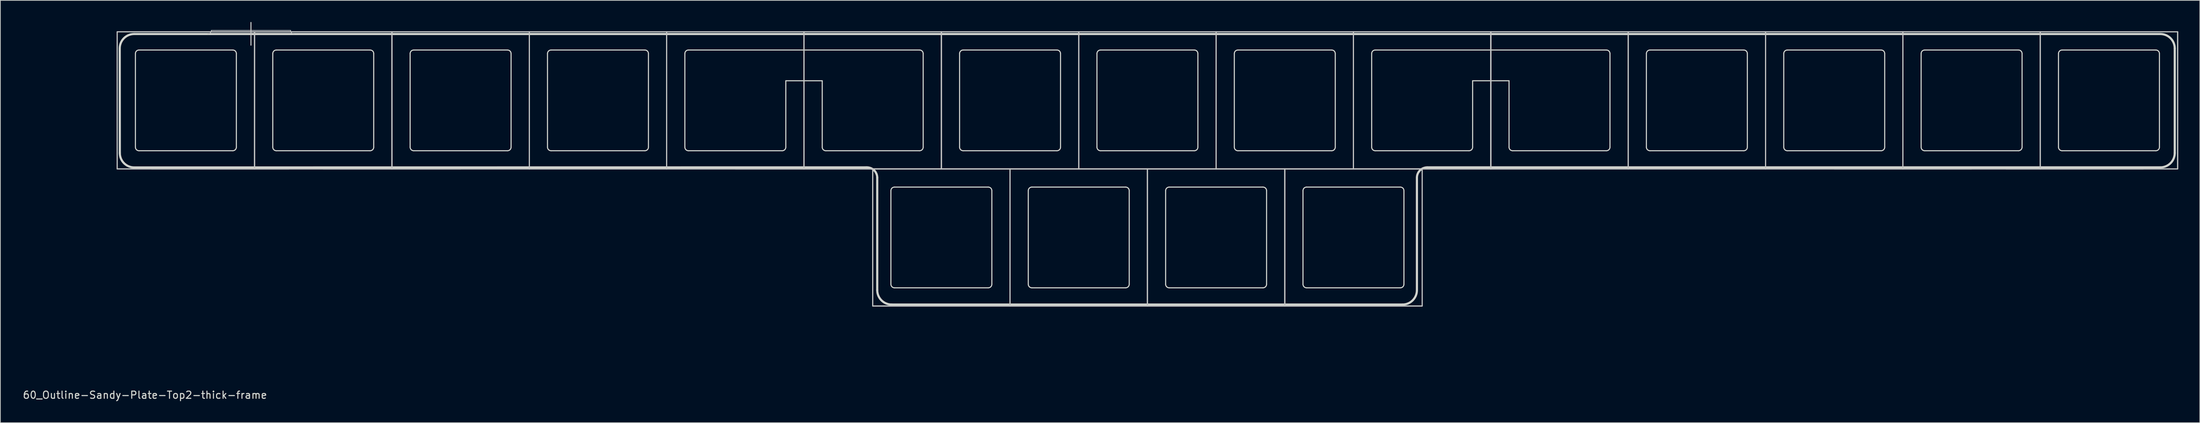
<source format=kicad_pcb>
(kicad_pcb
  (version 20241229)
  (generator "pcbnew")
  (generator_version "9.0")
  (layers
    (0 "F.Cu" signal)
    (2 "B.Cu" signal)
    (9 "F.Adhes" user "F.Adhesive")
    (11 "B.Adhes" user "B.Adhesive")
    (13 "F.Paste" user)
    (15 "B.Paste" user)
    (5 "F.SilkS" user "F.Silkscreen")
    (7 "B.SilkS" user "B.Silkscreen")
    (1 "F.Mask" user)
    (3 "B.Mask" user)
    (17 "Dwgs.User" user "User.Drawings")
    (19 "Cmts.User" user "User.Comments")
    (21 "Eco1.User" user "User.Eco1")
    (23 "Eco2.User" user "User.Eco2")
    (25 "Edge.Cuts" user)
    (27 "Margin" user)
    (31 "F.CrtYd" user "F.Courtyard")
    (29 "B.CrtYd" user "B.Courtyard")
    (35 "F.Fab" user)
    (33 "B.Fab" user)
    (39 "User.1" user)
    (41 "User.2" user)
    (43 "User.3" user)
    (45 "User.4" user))
  (footprint "60_Outline-Sandy-Plate-Top2-thick-frame"
    (layer "F.Cu")
    (at 156.079 20.425)
    (property "Reference" "60_Outline-Sandy-Plate-Top2-thick-frame" (at -139.025 31.425 0) (layer "Edge.Cuts") (effects (font (size 1 1) (thickness 0.15))))
    (attr through_hole)
    (fp_line (start -142.875 -19.05) (end -123.825 -19.05) (stroke (width 0.15) (type solid)) (layer "Dwgs.User"))
    (fp_line (start -142.875 -19.05) (end -123.825 -19.05) (stroke (width 0.15) (type solid)) (layer "Dwgs.User"))
    (fp_line (start -142.875 0) (end -142.875 -19.05) (stroke (width 0.15) (type solid)) (layer "Dwgs.User"))
    (fp_line (start -142.875 0) (end -142.875 -19.05) (stroke (width 0.15) (type solid)) (layer "Dwgs.User"))
    (fp_line (start -138.113 0) (end -119.062 0) (stroke (width 0.15) (type solid)) (layer "Dwgs.User"))
    (fp_line (start -129.825 -19.25) (end -118.825 -19.25) (stroke (width 0.1) (type solid)) (layer "Dwgs.User"))
    (fp_line (start -124.325 -20.35) (end -124.325 -17.2) (stroke (width 0.15) (type solid)) (layer "Dwgs.User"))
    (fp_line (start -123.825 -19.05) (end -123.825 0) (stroke (width 0.15) (type solid)) (layer "Dwgs.User"))
    (fp_line (start -123.825 -19.05) (end -123.825 0) (stroke (width 0.15) (type solid)) (layer "Dwgs.User"))
    (fp_line (start -123.825 -19.05) (end -104.775 -19.05) (stroke (width 0.15) (type solid)) (layer "Dwgs.User"))
    (fp_line (start -123.825 -19.05) (end -104.775 -19.05) (stroke (width 0.15) (type solid)) (layer "Dwgs.User"))
    (fp_line (start -123.825 0) (end -142.875 0) (stroke (width 0.15) (type solid)) (layer "Dwgs.User"))
    (fp_line (start -123.825 0) (end -142.875 0) (stroke (width 0.15) (type solid)) (layer "Dwgs.User"))
    (fp_line (start -123.825 0) (end -123.825 -19.05) (stroke (width 0.15) (type solid)) (layer "Dwgs.User"))
    (fp_line (start -123.825 0) (end -123.825 -19.05) (stroke (width 0.15) (type solid)) (layer "Dwgs.User"))
    (fp_line (start -114.3 0) (end -95.25 0) (stroke (width 0.15) (type solid)) (layer "Dwgs.User"))
    (fp_line (start -104.775 -19.05) (end -104.775 0) (stroke (width 0.15) (type solid)) (layer "Dwgs.User"))
    (fp_line (start -104.775 -19.05) (end -104.775 0) (stroke (width 0.15) (type solid)) (layer "Dwgs.User"))
    (fp_line (start -104.775 -19.05) (end -85.725 -19.05) (stroke (width 0.15) (type solid)) (layer "Dwgs.User"))
    (fp_line (start -104.775 -19.05) (end -85.725 -19.05) (stroke (width 0.15) (type solid)) (layer "Dwgs.User"))
    (fp_line (start -104.775 0) (end -123.825 0) (stroke (width 0.15) (type solid)) (layer "Dwgs.User"))
    (fp_line (start -104.775 0) (end -123.825 0) (stroke (width 0.15) (type solid)) (layer "Dwgs.User"))
    (fp_line (start -104.775 0) (end -104.775 -19.05) (stroke (width 0.15) (type solid)) (layer "Dwgs.User"))
    (fp_line (start -104.775 0) (end -104.775 -19.05) (stroke (width 0.15) (type solid)) (layer "Dwgs.User"))
    (fp_line (start -85.725 -19.05) (end -85.725 0) (stroke (width 0.15) (type solid)) (layer "Dwgs.User"))
    (fp_line (start -85.725 -19.05) (end -85.725 0) (stroke (width 0.15) (type solid)) (layer "Dwgs.User"))
    (fp_line (start -85.725 -19.05) (end -66.675 -19.05) (stroke (width 0.15) (type solid)) (layer "Dwgs.User"))
    (fp_line (start -85.725 -19.05) (end -66.675 -19.05) (stroke (width 0.15) (type solid)) (layer "Dwgs.User"))
    (fp_line (start -85.725 0) (end -104.775 0) (stroke (width 0.15) (type solid)) (layer "Dwgs.User"))
    (fp_line (start -85.725 0) (end -104.775 0) (stroke (width 0.15) (type solid)) (layer "Dwgs.User"))
    (fp_line (start -85.725 0) (end -85.725 -19.05) (stroke (width 0.15) (type solid)) (layer "Dwgs.User"))
    (fp_line (start -85.725 0) (end -85.725 -19.05) (stroke (width 0.15) (type solid)) (layer "Dwgs.User"))
    (fp_line (start -66.675 -19.05) (end -66.675 0) (stroke (width 0.15) (type solid)) (layer "Dwgs.User"))
    (fp_line (start -66.675 -19.05) (end -66.675 0) (stroke (width 0.15) (type solid)) (layer "Dwgs.User"))
    (fp_line (start -66.675 -19.05) (end -47.625 -19.05) (stroke (width 0.15) (type solid)) (layer "Dwgs.User"))
    (fp_line (start -66.675 -19.05) (end -47.625 -19.05) (stroke (width 0.15) (type solid)) (layer "Dwgs.User"))
    (fp_line (start -66.675 0) (end -85.725 0) (stroke (width 0.15) (type solid)) (layer "Dwgs.User"))
    (fp_line (start -66.675 0) (end -85.725 0) (stroke (width 0.15) (type solid)) (layer "Dwgs.User"))
    (fp_line (start -66.675 0) (end -66.675 -19.05) (stroke (width 0.15) (type solid)) (layer "Dwgs.User"))
    (fp_line (start -66.675 0) (end -66.675 -19.05) (stroke (width 0.15) (type solid)) (layer "Dwgs.User"))
    (fp_line (start -57.15 0) (end -38.1 0) (stroke (width 0.15) (type solid)) (layer "Dwgs.User"))
    (fp_line (start -47.625 -19.05) (end -47.625 0) (stroke (width 0.15) (type solid)) (layer "Dwgs.User"))
    (fp_line (start -47.625 -19.05) (end -47.625 0) (stroke (width 0.15) (type solid)) (layer "Dwgs.User"))
    (fp_line (start -47.625 -19.05) (end -28.575 -19.05) (stroke (width 0.15) (type solid)) (layer "Dwgs.User"))
    (fp_line (start -47.625 -19.05) (end -28.575 -19.05) (stroke (width 0.15) (type solid)) (layer "Dwgs.User"))
    (fp_line (start -47.625 0) (end -66.675 0) (stroke (width 0.15) (type solid)) (layer "Dwgs.User"))
    (fp_line (start -47.625 0) (end -66.675 0) (stroke (width 0.15) (type solid)) (layer "Dwgs.User"))
    (fp_line (start -47.625 0) (end -47.625 -19.05) (stroke (width 0.15) (type solid)) (layer "Dwgs.User"))
    (fp_line (start -47.625 0) (end -47.625 -19.05) (stroke (width 0.15) (type solid)) (layer "Dwgs.User"))
    (fp_line (start -38.1 0) (end -38.1 19.05) (stroke (width 0.15) (type solid)) (layer "Dwgs.User"))
    (fp_line (start -38.1 0) (end -19.05 0) (stroke (width 0.15) (type solid)) (layer "Dwgs.User"))
    (fp_line (start -38.1 0) (end -19.05 0) (stroke (width 0.15) (type solid)) (layer "Dwgs.User"))
    (fp_line (start -38.1 19.05) (end -38.1 0) (stroke (width 0.15) (type solid)) (layer "Dwgs.User"))
    (fp_line (start -38.1 19.05) (end -38.1 0) (stroke (width 0.15) (type solid)) (layer "Dwgs.User"))
    (fp_line (start -38.1 19.05) (end -19.05 19.05) (stroke (width 0.15) (type solid)) (layer "Dwgs.User"))
    (fp_line (start -28.575 -19.05) (end -28.575 0) (stroke (width 0.15) (type solid)) (layer "Dwgs.User"))
    (fp_line (start -28.575 -19.05) (end -28.575 0) (stroke (width 0.15) (type solid)) (layer "Dwgs.User"))
    (fp_line (start -28.575 -19.05) (end -9.525 -19.05) (stroke (width 0.15) (type solid)) (layer "Dwgs.User"))
    (fp_line (start -28.575 -19.05) (end -9.525 -19.05) (stroke (width 0.15) (type solid)) (layer "Dwgs.User"))
    (fp_line (start -28.575 0) (end -47.625 0) (stroke (width 0.15) (type solid)) (layer "Dwgs.User"))
    (fp_line (start -28.575 0) (end -47.625 0) (stroke (width 0.15) (type solid)) (layer "Dwgs.User"))
    (fp_line (start -28.575 0) (end -28.575 -19.05) (stroke (width 0.15) (type solid)) (layer "Dwgs.User"))
    (fp_line (start -28.575 0) (end -28.575 -19.05) (stroke (width 0.15) (type solid)) (layer "Dwgs.User"))
    (fp_line (start -19.05 0) (end -19.05 19.05) (stroke (width 0.15) (type solid)) (layer "Dwgs.User"))
    (fp_line (start -19.05 0) (end -19.05 19.05) (stroke (width 0.15) (type solid)) (layer "Dwgs.User"))
    (fp_line (start -19.05 0) (end 0 0) (stroke (width 0.15) (type solid)) (layer "Dwgs.User"))
    (fp_line (start -19.05 0) (end 0 0) (stroke (width 0.15) (type solid)) (layer "Dwgs.User"))
    (fp_line (start -19.05 19.05) (end -38.1 19.05) (stroke (width 0.15) (type solid)) (layer "Dwgs.User"))
    (fp_line (start -19.05 19.05) (end -38.1 19.05) (stroke (width 0.15) (type solid)) (layer "Dwgs.User"))
    (fp_line (start -19.05 19.05) (end -19.05 0) (stroke (width 0.15) (type solid)) (layer "Dwgs.User"))
    (fp_line (start -19.05 19.05) (end -19.05 0) (stroke (width 0.15) (type solid)) (layer "Dwgs.User"))
    (fp_line (start -19.05 19.05) (end 0 19.05) (stroke (width 0.15) (type solid)) (layer "Dwgs.User"))
    (fp_line (start -9.525 -19.05) (end -9.525 0) (stroke (width 0.15) (type solid)) (layer "Dwgs.User"))
    (fp_line (start -9.525 -19.05) (end -9.525 0) (stroke (width 0.15) (type solid)) (layer "Dwgs.User"))
    (fp_line (start -9.525 -19.05) (end 9.525 -19.05) (stroke (width 0.15) (type solid)) (layer "Dwgs.User"))
    (fp_line (start -9.525 -19.05) (end 9.525 -19.05) (stroke (width 0.15) (type solid)) (layer "Dwgs.User"))
    (fp_line (start -9.525 0) (end -28.575 0) (stroke (width 0.15) (type solid)) (layer "Dwgs.User"))
    (fp_line (start -9.525 0) (end -28.575 0) (stroke (width 0.15) (type solid)) (layer "Dwgs.User"))
    (fp_line (start -9.525 0) (end -9.525 -19.05) (stroke (width 0.15) (type solid)) (layer "Dwgs.User"))
    (fp_line (start -9.525 0) (end -9.525 -19.05) (stroke (width 0.15) (type solid)) (layer "Dwgs.User"))
    (fp_line (start 0 0) (end 0 19.05) (stroke (width 0.15) (type solid)) (layer "Dwgs.User"))
    (fp_line (start 0 0) (end 0 19.05) (stroke (width 0.15) (type solid)) (layer "Dwgs.User"))
    (fp_line (start 0 0) (end 19.05 0) (stroke (width 0.15) (type solid)) (layer "Dwgs.User"))
    (fp_line (start 0 0) (end 19.05 0) (stroke (width 0.15) (type solid)) (layer "Dwgs.User"))
    (fp_line (start 0 19.05) (end -19.05 19.05) (stroke (width 0.15) (type solid)) (layer "Dwgs.User"))
    (fp_line (start 0 19.05) (end -19.05 19.05) (stroke (width 0.15) (type solid)) (layer "Dwgs.User"))
    (fp_line (start 0 19.05) (end 0 0) (stroke (width 0.15) (type solid)) (layer "Dwgs.User"))
    (fp_line (start 0 19.05) (end 0 0) (stroke (width 0.15) (type solid)) (layer "Dwgs.User"))
    (fp_line (start 0 19.05) (end 19.05 19.05) (stroke (width 0.15) (type solid)) (layer "Dwgs.User"))
    (fp_line (start 9.525 -19.05) (end 9.525 0) (stroke (width 0.15) (type solid)) (layer "Dwgs.User"))
    (fp_line (start 9.525 -19.05) (end 9.525 0) (stroke (width 0.15) (type solid)) (layer "Dwgs.User"))
    (fp_line (start 9.525 -19.05) (end 28.575 -19.05) (stroke (width 0.15) (type solid)) (layer "Dwgs.User"))
    (fp_line (start 9.525 -19.05) (end 28.575 -19.05) (stroke (width 0.15) (type solid)) (layer "Dwgs.User"))
    (fp_line (start 9.525 0) (end -9.525 0) (stroke (width 0.15) (type solid)) (layer "Dwgs.User"))
    (fp_line (start 9.525 0) (end -9.525 0) (stroke (width 0.15) (type solid)) (layer "Dwgs.User"))
    (fp_line (start 9.525 0) (end 9.525 -19.05) (stroke (width 0.15) (type solid)) (layer "Dwgs.User"))
    (fp_line (start 9.525 0) (end 9.525 -19.05) (stroke (width 0.15) (type solid)) (layer "Dwgs.User"))
    (fp_line (start 19.05 0) (end 19.05 19.05) (stroke (width 0.15) (type solid)) (layer "Dwgs.User"))
    (fp_line (start 19.05 0) (end 19.05 19.05) (stroke (width 0.15) (type solid)) (layer "Dwgs.User"))
    (fp_line (start 19.05 0) (end 38.1 0) (stroke (width 0.15) (type solid)) (layer "Dwgs.User"))
    (fp_line (start 19.05 0) (end 38.1 0) (stroke (width 0.15) (type solid)) (layer "Dwgs.User"))
    (fp_line (start 19.05 19.05) (end 0 19.05) (stroke (width 0.15) (type solid)) (layer "Dwgs.User"))
    (fp_line (start 19.05 19.05) (end 0 19.05) (stroke (width 0.15) (type solid)) (layer "Dwgs.User"))
    (fp_line (start 19.05 19.05) (end 19.05 0) (stroke (width 0.15) (type solid)) (layer "Dwgs.User"))
    (fp_line (start 19.05 19.05) (end 19.05 0) (stroke (width 0.15) (type solid)) (layer "Dwgs.User"))
    (fp_line (start 19.05 19.05) (end 38.1 19.05) (stroke (width 0.15) (type solid)) (layer "Dwgs.User"))
    (fp_line (start 28.575 -19.05) (end 28.575 0) (stroke (width 0.15) (type solid)) (layer "Dwgs.User"))
    (fp_line (start 28.575 -19.05) (end 28.575 0) (stroke (width 0.15) (type solid)) (layer "Dwgs.User"))
    (fp_line (start 28.575 -19.05) (end 47.625 -19.05) (stroke (width 0.15) (type solid)) (layer "Dwgs.User"))
    (fp_line (start 28.575 -19.05) (end 47.625 -19.05) (stroke (width 0.15) (type solid)) (layer "Dwgs.User"))
    (fp_line (start 28.575 0) (end 9.525 0) (stroke (width 0.15) (type solid)) (layer "Dwgs.User"))
    (fp_line (start 28.575 0) (end 9.525 0) (stroke (width 0.15) (type solid)) (layer "Dwgs.User"))
    (fp_line (start 28.575 0) (end 28.575 -19.05) (stroke (width 0.15) (type solid)) (layer "Dwgs.User"))
    (fp_line (start 28.575 0) (end 28.575 -19.05) (stroke (width 0.15) (type solid)) (layer "Dwgs.User"))
    (fp_line (start 38.1 0) (end 38.1 19.05) (stroke (width 0.15) (type solid)) (layer "Dwgs.User"))
    (fp_line (start 38.1 0) (end 38.1 19.05) (stroke (width 0.15) (type solid)) (layer "Dwgs.User"))
    (fp_line (start 38.1 0) (end 57.15 0) (stroke (width 0.15) (type solid)) (layer "Dwgs.User"))
    (fp_line (start 38.1 19.05) (end 19.05 19.05) (stroke (width 0.15) (type solid)) (layer "Dwgs.User"))
    (fp_line (start 38.1 19.05) (end 19.05 19.05) (stroke (width 0.15) (type solid)) (layer "Dwgs.User"))
    (fp_line (start 47.625 -19.05) (end 47.625 0) (stroke (width 0.15) (type solid)) (layer "Dwgs.User"))
    (fp_line (start 47.625 -19.05) (end 47.625 0) (stroke (width 0.15) (type solid)) (layer "Dwgs.User"))
    (fp_line (start 47.625 -19.05) (end 47.625 0) (stroke (width 0.15) (type solid)) (layer "Dwgs.User"))
    (fp_line (start 47.625 -19.05) (end 66.675 -19.05) (stroke (width 0.15) (type solid)) (layer "Dwgs.User"))
    (fp_line (start 47.625 -19.05) (end 66.675 -19.05) (stroke (width 0.15) (type solid)) (layer "Dwgs.User"))
    (fp_line (start 47.625 0) (end 28.575 0) (stroke (width 0.15) (type solid)) (layer "Dwgs.User"))
    (fp_line (start 47.625 0) (end 28.575 0) (stroke (width 0.15) (type solid)) (layer "Dwgs.User"))
    (fp_line (start 47.625 0) (end 47.625 -19.05) (stroke (width 0.15) (type solid)) (layer "Dwgs.User"))
    (fp_line (start 47.625 0) (end 47.625 -19.05) (stroke (width 0.15) (type solid)) (layer "Dwgs.User"))
    (fp_line (start 47.625 0) (end 47.625 -19.05) (stroke (width 0.15) (type solid)) (layer "Dwgs.User"))
    (fp_line (start 66.675 -19.05) (end 66.675 0) (stroke (width 0.15) (type solid)) (layer "Dwgs.User"))
    (fp_line (start 66.675 -19.05) (end 66.675 0) (stroke (width 0.15) (type solid)) (layer "Dwgs.User"))
    (fp_line (start 66.675 -19.05) (end 85.725 -19.05) (stroke (width 0.15) (type solid)) (layer "Dwgs.User"))
    (fp_line (start 66.675 -19.05) (end 85.725 -19.05) (stroke (width 0.15) (type solid)) (layer "Dwgs.User"))
    (fp_line (start 66.675 0) (end 47.625 0) (stroke (width 0.15) (type solid)) (layer "Dwgs.User"))
    (fp_line (start 66.675 0) (end 47.625 0) (stroke (width 0.15) (type solid)) (layer "Dwgs.User"))
    (fp_line (start 66.675 0) (end 66.675 -19.05) (stroke (width 0.15) (type solid)) (layer "Dwgs.User"))
    (fp_line (start 85.725 -19.05) (end 85.725 0) (stroke (width 0.15) (type solid)) (layer "Dwgs.User"))
    (fp_line (start 85.725 -19.05) (end 104.775 -19.05) (stroke (width 0.15) (type solid)) (layer "Dwgs.User"))
    (fp_line (start 85.725 -19.05) (end 104.775 -19.05) (stroke (width 0.15) (type solid)) (layer "Dwgs.User"))
    (fp_line (start 85.725 0) (end 66.675 0) (stroke (width 0.15) (type solid)) (layer "Dwgs.User"))
    (fp_line (start 85.725 0) (end 66.675 0) (stroke (width 0.15) (type solid)) (layer "Dwgs.User"))
    (fp_line (start 85.725 0) (end 85.725 -19.05) (stroke (width 0.15) (type solid)) (layer "Dwgs.User"))
    (fp_line (start 85.725 0) (end 85.725 -19.05) (stroke (width 0.15) (type solid)) (layer "Dwgs.User"))
    (fp_line (start 95.25 0) (end 114.3 0) (stroke (width 0.15) (type solid)) (layer "Dwgs.User"))
    (fp_line (start 104.775 -19.05) (end 104.775 0) (stroke (width 0.15) (type solid)) (layer "Dwgs.User"))
    (fp_line (start 104.775 -19.05) (end 104.775 0) (stroke (width 0.15) (type solid)) (layer "Dwgs.User"))
    (fp_line (start 104.775 -19.05) (end 123.825 -19.05) (stroke (width 0.15) (type solid)) (layer "Dwgs.User"))
    (fp_line (start 104.775 -19.05) (end 123.825 -19.05) (stroke (width 0.15) (type solid)) (layer "Dwgs.User"))
    (fp_line (start 104.775 0) (end 85.725 0) (stroke (width 0.15) (type solid)) (layer "Dwgs.User"))
    (fp_line (start 104.775 0) (end 85.725 0) (stroke (width 0.15) (type solid)) (layer "Dwgs.User"))
    (fp_line (start 104.775 0) (end 104.775 -19.05) (stroke (width 0.15) (type solid)) (layer "Dwgs.User"))
    (fp_line (start 119.062 0) (end 138.113 0) (stroke (width 0.15) (type solid)) (layer "Dwgs.User"))
    (fp_line (start 123.825 -19.05) (end 123.825 0) (stroke (width 0.15) (type solid)) (layer "Dwgs.User"))
    (fp_line (start 123.825 -19.05) (end 123.825 0) (stroke (width 0.15) (type solid)) (layer "Dwgs.User"))
    (fp_line (start 123.825 -19.05) (end 142.875 -19.05) (stroke (width 0.15) (type solid)) (layer "Dwgs.User"))
    (fp_line (start 123.825 -19.05) (end 142.875 -19.05) (stroke (width 0.15) (type solid)) (layer "Dwgs.User"))
    (fp_line (start 123.825 0) (end 104.775 0) (stroke (width 0.15) (type solid)) (layer "Dwgs.User"))
    (fp_line (start 123.825 0) (end 104.775 0) (stroke (width 0.15) (type solid)) (layer "Dwgs.User"))
    (fp_line (start 123.825 0) (end 123.825 -19.05) (stroke (width 0.15) (type solid)) (layer "Dwgs.User"))
    (fp_line (start 142.875 -19.05) (end 142.875 0) (stroke (width 0.15) (type solid)) (layer "Dwgs.User"))
    (fp_line (start 142.875 -19.05) (end 142.875 0) (stroke (width 0.15) (type solid)) (layer "Dwgs.User"))
    (fp_line (start 142.875 -19.05) (end 142.875 0) (stroke (width 0.15) (type solid)) (layer "Dwgs.User"))
    (fp_line (start 142.875 0) (end 123.825 0) (stroke (width 0.15) (type solid)) (layer "Dwgs.User"))
    (fp_line (start 142.875 0) (end 123.825 0) (stroke (width 0.15) (type solid)) (layer "Dwgs.User"))
    (fp_arc (start -129.825 -19.25004) (mid -129.971447 -18.896487) (end -130.325 -18.75004) (stroke (width 0.1) (type solid)) (layer "Dwgs.User"))
    (fp_arc (start -118.325 -18.75004) (mid -118.678553 -18.896487) (end -118.825 -19.25004) (stroke (width 0.1) (type solid)) (layer "Dwgs.User"))
    (fp_circle (center -47.625 -14.5) (end -45.425 -14.5) (stroke (width 0.15) (type solid)) (fill no) (layer "Eco1.User"))
    (fp_circle (center 47.625 -14.5) (end 49.825 -14.5) (stroke (width 0.15) (type solid)) (fill no) (layer "Eco1.User"))
    (fp_circle (center 47.625 -14.5) (end 49.825 -14.5) (stroke (width 0.15) (type solid)) (fill no) (layer "Eco1.User"))
    (fp_line (start -142.511 -2.203) (end -142.525 -16.75) (stroke (width 0.3) (type solid)) (layer "Edge.Cuts"))
    (fp_line (start -140.511 -0.203) (end -38.907 -0.214) (stroke (width 0.3) (type solid)) (layer "Edge.Cuts"))
    (fp_line (start -140.35 -16.025) (end -140.35 -3.025) (stroke (width 0.15) (type solid)) (layer "Edge.Cuts"))
    (fp_line (start -139.85 -16.525) (end -126.85 -16.525) (stroke (width 0.15) (type solid)) (layer "Edge.Cuts"))
    (fp_line (start -139.85 -2.525) (end -126.85 -2.525) (stroke (width 0.15) (type solid)) (layer "Edge.Cuts"))
    (fp_line (start -126.35 -3.025) (end -126.35 -16.025) (stroke (width 0.15) (type solid)) (layer "Edge.Cuts"))
    (fp_line (start -121.3 -16.025) (end -121.3 -3.025) (stroke (width 0.15) (type solid)) (layer "Edge.Cuts"))
    (fp_line (start -120.8 -16.525) (end -107.8 -16.525) (stroke (width 0.15) (type solid)) (layer "Edge.Cuts"))
    (fp_line (start -120.8 -2.525) (end -107.8 -2.525) (stroke (width 0.15) (type solid)) (layer "Edge.Cuts"))
    (fp_line (start -107.3 -3.025) (end -107.3 -16.025) (stroke (width 0.15) (type solid)) (layer "Edge.Cuts"))
    (fp_line (start -102.25 -16.025) (end -102.25 -3.025) (stroke (width 0.15) (type solid)) (layer "Edge.Cuts"))
    (fp_line (start -101.75 -16.525) (end -88.75 -16.525) (stroke (width 0.15) (type solid)) (layer "Edge.Cuts"))
    (fp_line (start -101.75 -2.525) (end -88.75 -2.525) (stroke (width 0.15) (type solid)) (layer "Edge.Cuts"))
    (fp_line (start -88.25 -3.025) (end -88.25 -16.025) (stroke (width 0.15) (type solid)) (layer "Edge.Cuts"))
    (fp_line (start -83.2 -16.025) (end -83.2 -3.025) (stroke (width 0.15) (type solid)) (layer "Edge.Cuts"))
    (fp_line (start -82.7 -16.525) (end -69.7 -16.525) (stroke (width 0.15) (type solid)) (layer "Edge.Cuts"))
    (fp_line (start -82.7 -2.525) (end -69.7 -2.525) (stroke (width 0.15) (type solid)) (layer "Edge.Cuts"))
    (fp_line (start -69.2 -3.025) (end -69.2 -16.025) (stroke (width 0.15) (type solid)) (layer "Edge.Cuts"))
    (fp_line (start -64.15 -16.025) (end -64.15 -3.025) (stroke (width 0.15) (type solid)) (layer "Edge.Cuts"))
    (fp_line (start -63.65 -16.525) (end -31.6 -16.525) (stroke (width 0.15) (type solid)) (layer "Edge.Cuts"))
    (fp_line (start -63.65 -2.525) (end -50.65 -2.525) (stroke (width 0.15) (type solid)) (layer "Edge.Cuts"))
    (fp_line (start -50.15 -12.25) (end -45.1 -12.25) (stroke (width 0.15) (type solid)) (layer "Edge.Cuts"))
    (fp_line (start -50.15 -3.025) (end -50.15 -12.25) (stroke (width 0.15) (type solid)) (layer "Edge.Cuts"))
    (fp_line (start -45.1 -12.25) (end -45.1 -3.025) (stroke (width 0.15) (type solid)) (layer "Edge.Cuts"))
    (fp_line (start -44.6 -2.525) (end -31.6 -2.525) (stroke (width 0.15) (type solid)) (layer "Edge.Cuts"))
    (fp_line (start -37.471 16.85) (end -37.471 1.221) (stroke (width 0.3) (type solid)) (layer "Edge.Cuts"))
    (fp_line (start -35.575 3.025) (end -35.575 16.025) (stroke (width 0.15) (type solid)) (layer "Edge.Cuts"))
    (fp_line (start -35.471 18.85) (end 35.375 18.85) (stroke (width 0.3) (type solid)) (layer "Edge.Cuts"))
    (fp_line (start -35.075 2.525) (end -22.075 2.525) (stroke (width 0.15) (type solid)) (layer "Edge.Cuts"))
    (fp_line (start -35.075 16.525) (end -22.075 16.525) (stroke (width 0.15) (type solid)) (layer "Edge.Cuts"))
    (fp_line (start -31.1 -3.025) (end -31.1 -16.025) (stroke (width 0.15) (type solid)) (layer "Edge.Cuts"))
    (fp_line (start -26.05 -16.025) (end -26.05 -3.025) (stroke (width 0.15) (type solid)) (layer "Edge.Cuts"))
    (fp_line (start -25.55 -16.525) (end -12.55 -16.525) (stroke (width 0.15) (type solid)) (layer "Edge.Cuts"))
    (fp_line (start -25.55 -2.525) (end -12.55 -2.525) (stroke (width 0.15) (type solid)) (layer "Edge.Cuts"))
    (fp_line (start -21.575 16.025) (end -21.575 3.025) (stroke (width 0.15) (type solid)) (layer "Edge.Cuts"))
    (fp_line (start -16.525 3.025) (end -16.525 16.025) (stroke (width 0.15) (type solid)) (layer "Edge.Cuts"))
    (fp_line (start -16.025 2.525) (end -3.025 2.525) (stroke (width 0.15) (type solid)) (layer "Edge.Cuts"))
    (fp_line (start -16.025 16.525) (end -3.025 16.525) (stroke (width 0.15) (type solid)) (layer "Edge.Cuts"))
    (fp_line (start -12.05 -3.025) (end -12.05 -16.025) (stroke (width 0.15) (type solid)) (layer "Edge.Cuts"))
    (fp_line (start -7 -16.025) (end -7 -3.025) (stroke (width 0.15) (type solid)) (layer "Edge.Cuts"))
    (fp_line (start -6.5 -16.525) (end 6.5 -16.525) (stroke (width 0.15) (type solid)) (layer "Edge.Cuts"))
    (fp_line (start -6.5 -2.525) (end 6.5 -2.525) (stroke (width 0.15) (type solid)) (layer "Edge.Cuts"))
    (fp_line (start -2.525 16.025) (end -2.525 3.025) (stroke (width 0.15) (type solid)) (layer "Edge.Cuts"))
    (fp_line (start 2.525 3.025) (end 2.525 16.025) (stroke (width 0.15) (type solid)) (layer "Edge.Cuts"))
    (fp_line (start 3.025 2.525) (end 16.025 2.525) (stroke (width 0.15) (type solid)) (layer "Edge.Cuts"))
    (fp_line (start 3.025 16.525) (end 16.025 16.525) (stroke (width 0.15) (type solid)) (layer "Edge.Cuts"))
    (fp_line (start 7 -3.025) (end 7 -16.025) (stroke (width 0.15) (type solid)) (layer "Edge.Cuts"))
    (fp_line (start 12.05 -16.025) (end 12.05 -3.025) (stroke (width 0.15) (type solid)) (layer "Edge.Cuts"))
    (fp_line (start 12.55 -16.525) (end 25.55 -16.525) (stroke (width 0.15) (type solid)) (layer "Edge.Cuts"))
    (fp_line (start 12.55 -2.525) (end 25.55 -2.525) (stroke (width 0.15) (type solid)) (layer "Edge.Cuts"))
    (fp_line (start 16.525 16.025) (end 16.525 3.025) (stroke (width 0.15) (type solid)) (layer "Edge.Cuts"))
    (fp_line (start 21.575 3.025) (end 21.575 16.025) (stroke (width 0.15) (type solid)) (layer "Edge.Cuts"))
    (fp_line (start 22.075 2.525) (end 35.075 2.525) (stroke (width 0.15) (type solid)) (layer "Edge.Cuts"))
    (fp_line (start 22.075 16.525) (end 35.075 16.525) (stroke (width 0.15) (type solid)) (layer "Edge.Cuts"))
    (fp_line (start 26.05 -3.025) (end 26.05 -16.025) (stroke (width 0.15) (type solid)) (layer "Edge.Cuts"))
    (fp_line (start 31.1 -16.025) (end 31.1 -3.025) (stroke (width 0.15) (type solid)) (layer "Edge.Cuts"))
    (fp_line (start 31.6 -16.525) (end 63.65 -16.525) (stroke (width 0.15) (type solid)) (layer "Edge.Cuts"))
    (fp_line (start 31.6 -2.525) (end 44.6 -2.525) (stroke (width 0.15) (type solid)) (layer "Edge.Cuts"))
    (fp_line (start 35.575 16.025) (end 35.575 3.025) (stroke (width 0.15) (type solid)) (layer "Edge.Cuts"))
    (fp_line (start 37.375 16.85) (end 37.375 1.221) (stroke (width 0.3) (type solid)) (layer "Edge.Cuts"))
    (fp_line (start 38.811 -0.214) (end 140.475 -0.214) (stroke (width 0.3) (type solid)) (layer "Edge.Cuts"))
    (fp_line (start 45.1 -12.25) (end 50.15 -12.25) (stroke (width 0.15) (type solid)) (layer "Edge.Cuts"))
    (fp_line (start 45.1 -3.025) (end 45.1 -12.25) (stroke (width 0.15) (type solid)) (layer "Edge.Cuts"))
    (fp_line (start 50.15 -12.25) (end 50.15 -3.025) (stroke (width 0.15) (type solid)) (layer "Edge.Cuts"))
    (fp_line (start 50.65 -2.525) (end 63.65 -2.525) (stroke (width 0.15) (type solid)) (layer "Edge.Cuts"))
    (fp_line (start 64.15 -3.025) (end 64.15 -16.025) (stroke (width 0.15) (type solid)) (layer "Edge.Cuts"))
    (fp_line (start 69.2 -16.025) (end 69.2 -3.025) (stroke (width 0.15) (type solid)) (layer "Edge.Cuts"))
    (fp_line (start 69.7 -16.525) (end 82.7 -16.525) (stroke (width 0.15) (type solid)) (layer "Edge.Cuts"))
    (fp_line (start 69.7 -2.525) (end 82.7 -2.525) (stroke (width 0.15) (type solid)) (layer "Edge.Cuts"))
    (fp_line (start 83.2 -3.025) (end 83.2 -16.025) (stroke (width 0.15) (type solid)) (layer "Edge.Cuts"))
    (fp_line (start 88.25 -16.025) (end 88.25 -3.025) (stroke (width 0.15) (type solid)) (layer "Edge.Cuts"))
    (fp_line (start 88.75 -16.525) (end 101.75 -16.525) (stroke (width 0.15) (type solid)) (layer "Edge.Cuts"))
    (fp_line (start 88.75 -2.525) (end 101.75 -2.525) (stroke (width 0.15) (type solid)) (layer "Edge.Cuts"))
    (fp_line (start 102.25 -3.025) (end 102.25 -16.025) (stroke (width 0.15) (type solid)) (layer "Edge.Cuts"))
    (fp_line (start 107.3 -16.025) (end 107.3 -3.025) (stroke (width 0.15) (type solid)) (layer "Edge.Cuts"))
    (fp_line (start 107.8 -16.525) (end 120.8 -16.525) (stroke (width 0.15) (type solid)) (layer "Edge.Cuts"))
    (fp_line (start 107.8 -2.525) (end 120.8 -2.525) (stroke (width 0.15) (type solid)) (layer "Edge.Cuts"))
    (fp_line (start 121.3 -3.025) (end 121.3 -16.025) (stroke (width 0.15) (type solid)) (layer "Edge.Cuts"))
    (fp_line (start 126.35 -16.025) (end 126.35 -3.025) (stroke (width 0.15) (type solid)) (layer "Edge.Cuts"))
    (fp_line (start 126.85 -16.525) (end 139.85 -16.525) (stroke (width 0.15) (type solid)) (layer "Edge.Cuts"))
    (fp_line (start 126.85 -2.525) (end 139.85 -2.525) (stroke (width 0.15) (type solid)) (layer "Edge.Cuts"))
    (fp_line (start 140.35 -3.025) (end 140.35 -16.025) (stroke (width 0.15) (type solid)) (layer "Edge.Cuts"))
    (fp_line (start 140.475 -18.75) (end -140.525 -18.75) (stroke (width 0.3) (type solid)) (layer "Edge.Cuts"))
    (fp_line (start 142.475 -2.214) (end 142.475 -16.75) (stroke (width 0.3) (type solid)) (layer "Edge.Cuts"))
    (fp_arc (start -142.525 -16.75004) (mid -141.939214 -18.164254) (end -140.525 -18.75004) (stroke (width 0.3) (type solid)) (layer "Edge.Cuts"))
    (fp_arc (start -140.510786 -0.203468) (mid -141.925 -0.789254) (end -142.510786 -2.203468) (stroke (width 0.3) (type solid)) (layer "Edge.Cuts"))
    (fp_arc (start -140.35 -16.025) (mid -140.203553 -16.378553) (end -139.85 -16.525) (stroke (width 0.15) (type solid)) (layer "Edge.Cuts"))
    (fp_arc (start -139.85 -2.525) (mid -140.203553 -2.671447) (end -140.35 -3.025) (stroke (width 0.15) (type solid)) (layer "Edge.Cuts"))
    (fp_arc (start -126.85 -16.525) (mid -126.496447 -16.378553) (end -126.35 -16.025) (stroke (width 0.15) (type solid)) (layer "Edge.Cuts"))
    (fp_arc (start -126.35 -3.025) (mid -126.496447 -2.671447) (end -126.85 -2.525) (stroke (width 0.15) (type solid)) (layer "Edge.Cuts"))
    (fp_arc (start -121.3 -16.025) (mid -121.153553 -16.378553) (end -120.8 -16.525) (stroke (width 0.15) (type solid)) (layer "Edge.Cuts"))
    (fp_arc (start -120.8 -2.525) (mid -121.153553 -2.671447) (end -121.3 -3.025) (stroke (width 0.15) (type solid)) (layer "Edge.Cuts"))
    (fp_arc (start -107.8 -16.525) (mid -107.446447 -16.378553) (end -107.3 -16.025) (stroke (width 0.15) (type solid)) (layer "Edge.Cuts"))
    (fp_arc (start -107.3 -3.025) (mid -107.446447 -2.671447) (end -107.8 -2.525) (stroke (width 0.15) (type solid)) (layer "Edge.Cuts"))
    (fp_arc (start -102.25 -16.025) (mid -102.103553 -16.378553) (end -101.75 -16.525) (stroke (width 0.15) (type solid)) (layer "Edge.Cuts"))
    (fp_arc (start -101.75 -2.525) (mid -102.103553 -2.671447) (end -102.25 -3.025) (stroke (width 0.15) (type solid)) (layer "Edge.Cuts"))
    (fp_arc (start -88.75 -16.525) (mid -88.396447 -16.378553) (end -88.25 -16.025) (stroke (width 0.15) (type solid)) (layer "Edge.Cuts"))
    (fp_arc (start -88.25 -3.025) (mid -88.396447 -2.671447) (end -88.75 -2.525) (stroke (width 0.15) (type solid)) (layer "Edge.Cuts"))
    (fp_arc (start -83.2 -16.025) (mid -83.053553 -16.378553) (end -82.7 -16.525) (stroke (width 0.15) (type solid)) (layer "Edge.Cuts"))
    (fp_arc (start -82.7 -2.525) (mid -83.053553 -2.671447) (end -83.2 -3.025) (stroke (width 0.15) (type solid)) (layer "Edge.Cuts"))
    (fp_arc (start -69.7 -16.525) (mid -69.346447 -16.378553) (end -69.2 -16.025) (stroke (width 0.15) (type solid)) (layer "Edge.Cuts"))
    (fp_arc (start -69.2 -3.025) (mid -69.346447 -2.671447) (end -69.7 -2.525) (stroke (width 0.15) (type solid)) (layer "Edge.Cuts"))
    (fp_arc (start -64.15 -16.025) (mid -64.003553 -16.378553) (end -63.65 -16.525) (stroke (width 0.15) (type solid)) (layer "Edge.Cuts"))
    (fp_arc (start -63.65 -2.525) (mid -64.003553 -2.671447) (end -64.15 -3.025) (stroke (width 0.15) (type solid)) (layer "Edge.Cuts"))
    (fp_arc (start -50.15 -3.025) (mid -50.296447 -2.671447) (end -50.65 -2.525) (stroke (width 0.15) (type solid)) (layer "Edge.Cuts"))
    (fp_arc (start -44.6 -2.525) (mid -44.953553 -2.671447) (end -45.1 -3.025) (stroke (width 0.15) (type solid)) (layer "Edge.Cuts"))
    (fp_arc (start -38.906532 -0.214254) (mid -37.891306 0.206266) (end -37.470786 1.221492) (stroke (width 0.3) (type solid)) (layer "Edge.Cuts"))
    (fp_arc (start -35.575 3.025) (mid -35.428553 2.671447) (end -35.075 2.525) (stroke (width 0.15) (type solid)) (layer "Edge.Cuts"))
    (fp_arc (start -35.470786 18.84996) (mid -36.885 18.264174) (end -37.470786 16.84996) (stroke (width 0.3) (type solid)) (layer "Edge.Cuts"))
    (fp_arc (start -35.075 16.525) (mid -35.428553 16.378553) (end -35.575 16.025) (stroke (width 0.15) (type solid)) (layer "Edge.Cuts"))
    (fp_arc (start -31.6 -16.525) (mid -31.246447 -16.378553) (end -31.1 -16.025) (stroke (width 0.15) (type solid)) (layer "Edge.Cuts"))
    (fp_arc (start -31.1 -3.025) (mid -31.246447 -2.671447) (end -31.6 -2.525) (stroke (width 0.15) (type solid)) (layer "Edge.Cuts"))
    (fp_arc (start -26.05 -16.025) (mid -25.903553 -16.378553) (end -25.55 -16.525) (stroke (width 0.15) (type solid)) (layer "Edge.Cuts"))
    (fp_arc (start -25.55 -2.525) (mid -25.903553 -2.671447) (end -26.05 -3.025) (stroke (width 0.15) (type solid)) (layer "Edge.Cuts"))
    (fp_arc (start -22.075 2.525) (mid -21.721447 2.671447) (end -21.575 3.025) (stroke (width 0.15) (type solid)) (layer "Edge.Cuts"))
    (fp_arc (start -21.575 16.025) (mid -21.721447 16.378553) (end -22.075 16.525) (stroke (width 0.15) (type solid)) (layer "Edge.Cuts"))
    (fp_arc (start -16.525 3.025) (mid -16.378553 2.671447) (end -16.025 2.525) (stroke (width 0.15) (type solid)) (layer "Edge.Cuts"))
    (fp_arc (start -16.025 16.525) (mid -16.378553 16.378553) (end -16.525 16.025) (stroke (width 0.15) (type solid)) (layer "Edge.Cuts"))
    (fp_arc (start -12.55 -16.525) (mid -12.196447 -16.378553) (end -12.05 -16.025) (stroke (width 0.15) (type solid)) (layer "Edge.Cuts"))
    (fp_arc (start -12.05 -3.025) (mid -12.196447 -2.671447) (end -12.55 -2.525) (stroke (width 0.15) (type solid)) (layer "Edge.Cuts"))
    (fp_arc (start -7 -16.025) (mid -6.853553 -16.378553) (end -6.5 -16.525) (stroke (width 0.15) (type solid)) (layer "Edge.Cuts"))
    (fp_arc (start -6.5 -2.525) (mid -6.853553 -2.671447) (end -7 -3.025) (stroke (width 0.15) (type solid)) (layer "Edge.Cuts"))
    (fp_arc (start -3.025 2.525) (mid -2.671447 2.671447) (end -2.525 3.025) (stroke (width 0.15) (type solid)) (layer "Edge.Cuts"))
    (fp_arc (start -2.525 16.025) (mid -2.671447 16.378553) (end -3.025 16.525) (stroke (width 0.15) (type solid)) (layer "Edge.Cuts"))
    (fp_arc (start 2.525 3.025) (mid 2.671447 2.671447) (end 3.025 2.525) (stroke (width 0.15) (type solid)) (layer "Edge.Cuts"))
    (fp_arc (start 3.025 16.525) (mid 2.671447 16.378553) (end 2.525 16.025) (stroke (width 0.15) (type solid)) (layer "Edge.Cuts"))
    (fp_arc (start 6.5 -16.525) (mid 6.853553 -16.378553) (end 7 -16.025) (stroke (width 0.15) (type solid)) (layer "Edge.Cuts"))
    (fp_arc (start 7 -3.025) (mid 6.853553 -2.671447) (end 6.5 -2.525) (stroke (width 0.15) (type solid)) (layer "Edge.Cuts"))
    (fp_arc (start 12.05 -16.025) (mid 12.196447 -16.378553) (end 12.55 -16.525) (stroke (width 0.15) (type solid)) (layer "Edge.Cuts"))
    (fp_arc (start 12.55 -2.525) (mid 12.196447 -2.671447) (end 12.05 -3.025) (stroke (width 0.15) (type solid)) (layer "Edge.Cuts"))
    (fp_arc (start 16.025 2.525) (mid 16.378553 2.671447) (end 16.525 3.025) (stroke (width 0.15) (type solid)) (layer "Edge.Cuts"))
    (fp_arc (start 16.525 16.025) (mid 16.378553 16.378553) (end 16.025 16.525) (stroke (width 0.15) (type solid)) (layer "Edge.Cuts"))
    (fp_arc (start 21.575 3.025) (mid 21.721447 2.671447) (end 22.075 2.525) (stroke (width 0.15) (type solid)) (layer "Edge.Cuts"))
    (fp_arc (start 22.075 16.525) (mid 21.721447 16.378553) (end 21.575 16.025) (stroke (width 0.15) (type solid)) (layer "Edge.Cuts"))
    (fp_arc (start 25.55 -16.525) (mid 25.903553 -16.378553) (end 26.05 -16.025) (stroke (width 0.15) (type solid)) (layer "Edge.Cuts"))
    (fp_arc (start 26.05 -3.025) (mid 25.903553 -2.671447) (end 25.55 -2.525) (stroke (width 0.15) (type solid)) (layer "Edge.Cuts"))
    (fp_arc (start 31.1 -16.025) (mid 31.246447 -16.378553) (end 31.6 -16.525) (stroke (width 0.15) (type solid)) (layer "Edge.Cuts"))
    (fp_arc (start 31.6 -2.525) (mid 31.246447 -2.671447) (end 31.1 -3.025) (stroke (width 0.15) (type solid)) (layer "Edge.Cuts"))
    (fp_arc (start 35.075 2.525) (mid 35.428553 2.671447) (end 35.575 3.025) (stroke (width 0.15) (type solid)) (layer "Edge.Cuts"))
    (fp_arc (start 35.575 16.025) (mid 35.428553 16.378553) (end 35.075 16.525) (stroke (width 0.15) (type solid)) (layer "Edge.Cuts"))
    (fp_arc (start 37.375 1.221492) (mid 37.79552 0.206266) (end 38.810746 -0.214254) (stroke (width 0.3) (type solid)) (layer "Edge.Cuts"))
    (fp_arc (start 37.375 16.84996) (mid 36.789208 18.264168) (end 35.375 18.84996) (stroke (width 0.3) (type solid)) (layer "Edge.Cuts"))
    (fp_arc (start 45.1 -3.025) (mid 44.953553 -2.671447) (end 44.6 -2.525) (stroke (width 0.15) (type solid)) (layer "Edge.Cuts"))
    (fp_arc (start 50.65 -2.525) (mid 50.296447 -2.671447) (end 50.15 -3.025) (stroke (width 0.15) (type solid)) (layer "Edge.Cuts"))
    (fp_arc (start 63.65 -16.525) (mid 64.003553 -16.378553) (end 64.15 -16.025) (stroke (width 0.15) (type solid)) (layer "Edge.Cuts"))
    (fp_arc (start 64.15 -3.025) (mid 64.003553 -2.671447) (end 63.65 -2.525) (stroke (width 0.15) (type solid)) (layer "Edge.Cuts"))
    (fp_arc (start 69.2 -16.025) (mid 69.346447 -16.378553) (end 69.7 -16.525) (stroke (width 0.15) (type solid)) (layer "Edge.Cuts"))
    (fp_arc (start 69.7 -2.525) (mid 69.346447 -2.671447) (end 69.2 -3.025) (stroke (width 0.15) (type solid)) (layer "Edge.Cuts"))
    (fp_arc (start 82.7 -16.525) (mid 83.053553 -16.378553) (end 83.2 -16.025) (stroke (width 0.15) (type solid)) (layer "Edge.Cuts"))
    (fp_arc (start 83.2 -3.025) (mid 83.053553 -2.671447) (end 82.7 -2.525) (stroke (width 0.15) (type solid)) (layer "Edge.Cuts"))
    (fp_arc (start 88.25 -16.025) (mid 88.396447 -16.378553) (end 88.75 -16.525) (stroke (width 0.15) (type solid)) (layer "Edge.Cuts"))
    (fp_arc (start 88.75 -2.525) (mid 88.396447 -2.671447) (end 88.25 -3.025) (stroke (width 0.15) (type solid)) (layer "Edge.Cuts"))
    (fp_arc (start 101.75 -16.525) (mid 102.103553 -16.378553) (end 102.25 -16.025) (stroke (width 0.15) (type solid)) (layer "Edge.Cuts"))
    (fp_arc (start 102.25 -3.025) (mid 102.103553 -2.671447) (end 101.75 -2.525) (stroke (width 0.15) (type solid)) (layer "Edge.Cuts"))
    (fp_arc (start 107.3 -16.025) (mid 107.446447 -16.378553) (end 107.8 -16.525) (stroke (width 0.15) (type solid)) (layer "Edge.Cuts"))
    (fp_arc (start 107.8 -2.525) (mid 107.446447 -2.671447) (end 107.3 -3.025) (stroke (width 0.15) (type solid)) (layer "Edge.Cuts"))
    (fp_arc (start 120.8 -16.525) (mid 121.153553 -16.378553) (end 121.3 -16.025) (stroke (width 0.15) (type solid)) (layer "Edge.Cuts"))
    (fp_arc (start 121.3 -3.025) (mid 121.153553 -2.671447) (end 120.8 -2.525) (stroke (width 0.15) (type solid)) (layer "Edge.Cuts"))
    (fp_arc (start 126.35 -16.025) (mid 126.496447 -16.378553) (end 126.85 -16.525) (stroke (width 0.15) (type solid)) (layer "Edge.Cuts"))
    (fp_arc (start 126.85 -2.525) (mid 126.496447 -2.671447) (end 126.35 -3.025) (stroke (width 0.15) (type solid)) (layer "Edge.Cuts"))
    (fp_arc (start 139.85 -16.525) (mid 140.203553 -16.378553) (end 140.35 -16.025) (stroke (width 0.15) (type solid)) (layer "Edge.Cuts"))
    (fp_arc (start 140.35 -3.025) (mid 140.203553 -2.671447) (end 139.85 -2.525) (stroke (width 0.15) (type solid)) (layer "Edge.Cuts"))
    (fp_arc (start 140.475 -18.75004) (mid 141.889239 -18.164282) (end 142.475 -16.75004) (stroke (width 0.3) (type solid)) (layer "Edge.Cuts"))
    (fp_arc (start 142.475 -2.214254) (mid 141.889203 -0.800035) (end 140.475 -0.214254) (stroke (width 0.3) (type solid)) (layer "Edge.Cuts")))
  (gr_rect
    (start -3 -3)
    (end 302.029 55.698)
    (stroke (width 0.1) (type default))
    (fill no)
    (layer "Edge.Cuts")))
</source>
